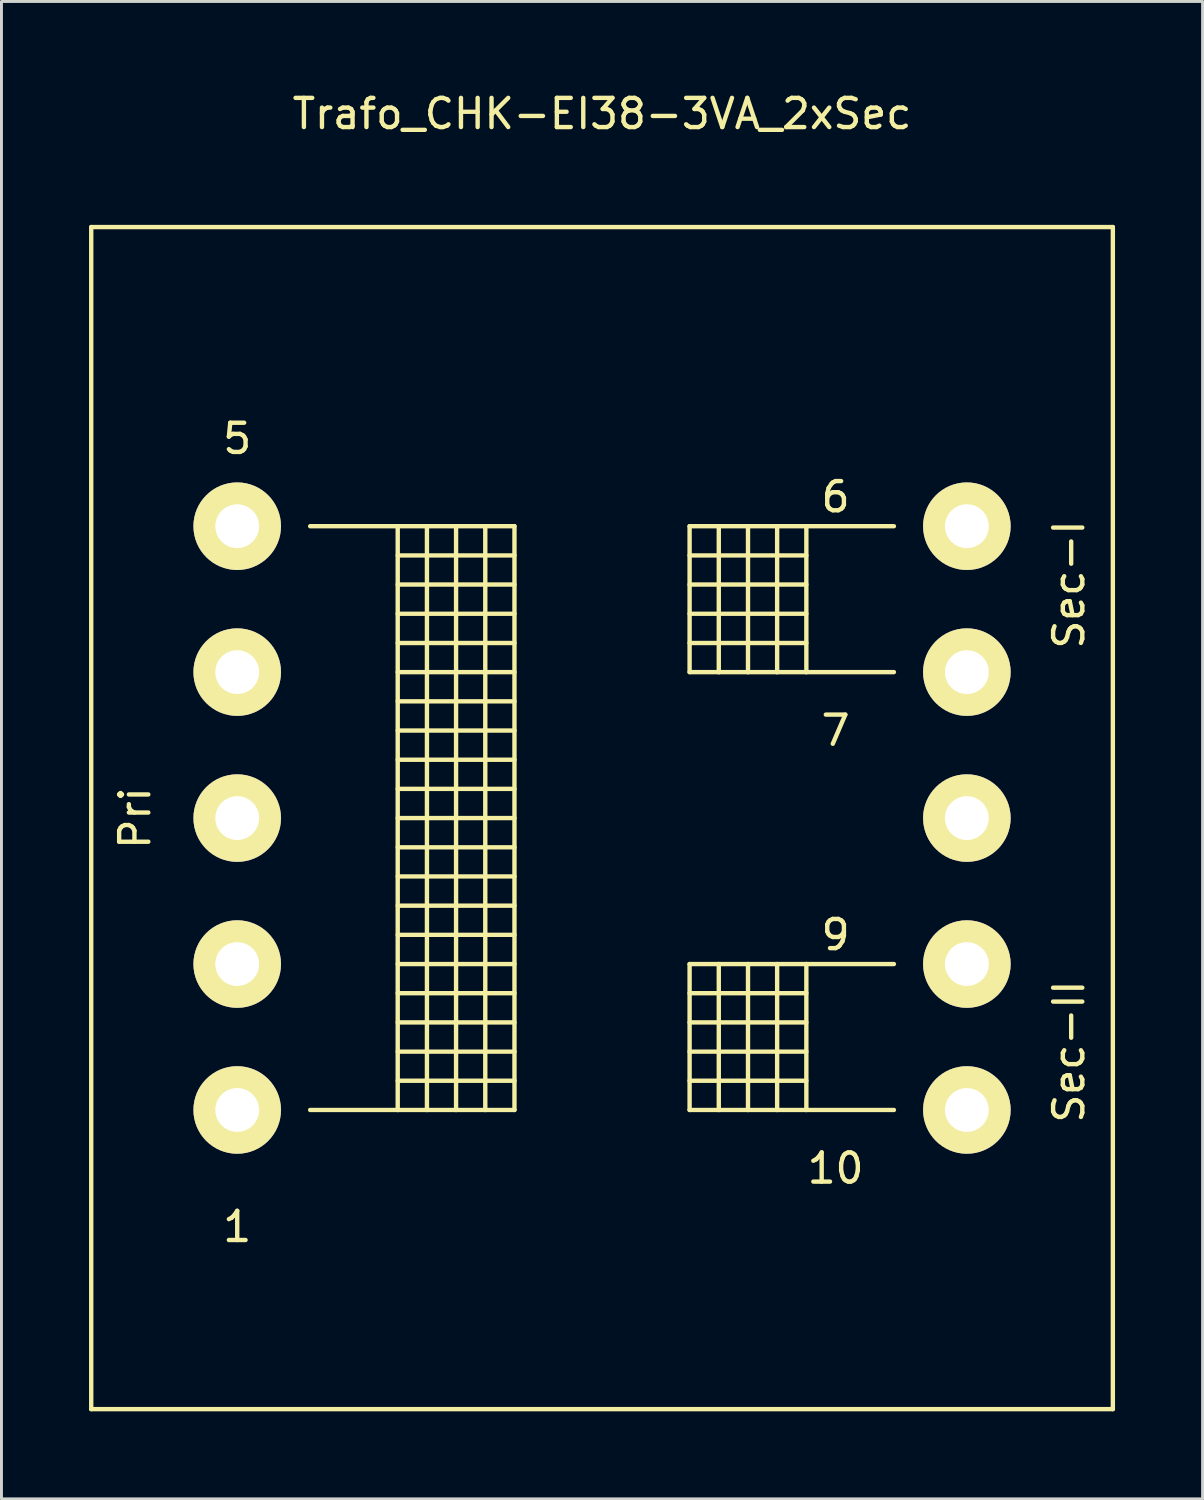
<source format=kicad_pcb>
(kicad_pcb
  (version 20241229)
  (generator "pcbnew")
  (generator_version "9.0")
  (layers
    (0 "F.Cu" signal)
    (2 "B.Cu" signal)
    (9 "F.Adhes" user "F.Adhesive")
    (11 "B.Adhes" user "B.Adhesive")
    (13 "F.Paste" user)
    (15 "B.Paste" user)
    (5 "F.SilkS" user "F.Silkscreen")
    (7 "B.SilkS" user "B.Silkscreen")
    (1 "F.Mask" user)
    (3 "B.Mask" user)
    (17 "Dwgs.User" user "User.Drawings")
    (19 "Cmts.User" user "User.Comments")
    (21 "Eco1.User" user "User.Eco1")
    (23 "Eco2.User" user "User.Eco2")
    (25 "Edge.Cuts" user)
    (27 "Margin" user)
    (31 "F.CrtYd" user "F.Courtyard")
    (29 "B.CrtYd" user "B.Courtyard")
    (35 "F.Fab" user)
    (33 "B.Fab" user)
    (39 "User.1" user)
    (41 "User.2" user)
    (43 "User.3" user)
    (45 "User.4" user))
  (footprint "Trafo_CHK-EI38-3VA_2xSec"
    (layer "F.Cu")
    (at 17.576 24.978)
    (property "Reference" "Trafo_CHK-EI38-3VA_2xSec" (at 0 -24.13 0) (layer "F.SilkS") (effects (font (size 1 1) (thickness 0.15))))
    (attr through_hole)
    (fp_line (start -17.501 -20.249) (end -17.501 20.249) (stroke (width 0.15) (type solid)) (layer "F.SilkS"))
    (fp_line (start -17.501 20.249) (end 17.501 20.249) (stroke (width 0.15) (type solid)) (layer "F.SilkS"))
    (fp_line (start -10 -10) (end -7 -10) (stroke (width 0.15) (type solid)) (layer "F.SilkS"))
    (fp_line (start -7 -10) (end -7 10) (stroke (width 0.15) (type solid)) (layer "F.SilkS"))
    (fp_line (start -7 -10) (end -5.999 -10) (stroke (width 0.15) (type solid)) (layer "F.SilkS"))
    (fp_line (start -7 -8.999) (end -3 -8.999) (stroke (width 0.15) (type solid)) (layer "F.SilkS"))
    (fp_line (start -7 -8.001) (end -3 -8.001) (stroke (width 0.15) (type solid)) (layer "F.SilkS"))
    (fp_line (start -7 -7) (end -3 -7) (stroke (width 0.15) (type solid)) (layer "F.SilkS"))
    (fp_line (start -7 -5.999) (end -3 -5.999) (stroke (width 0.15) (type solid)) (layer "F.SilkS"))
    (fp_line (start -7 -5.001) (end -3 -5.001) (stroke (width 0.15) (type solid)) (layer "F.SilkS"))
    (fp_line (start -7 -4) (end -3 -4) (stroke (width 0.15) (type solid)) (layer "F.SilkS"))
    (fp_line (start -7 -3) (end -3 -3) (stroke (width 0.15) (type solid)) (layer "F.SilkS"))
    (fp_line (start -7 -1.999) (end -3 -1.999) (stroke (width 0.15) (type solid)) (layer "F.SilkS"))
    (fp_line (start -7 -1.001) (end -3 -1.001) (stroke (width 0.15) (type solid)) (layer "F.SilkS"))
    (fp_line (start -7 0) (end -3 0) (stroke (width 0.15) (type solid)) (layer "F.SilkS"))
    (fp_line (start -7 1.001) (end -3 1.001) (stroke (width 0.15) (type solid)) (layer "F.SilkS"))
    (fp_line (start -7 1.999) (end -3 1.999) (stroke (width 0.15) (type solid)) (layer "F.SilkS"))
    (fp_line (start -7 3) (end -3 3) (stroke (width 0.15) (type solid)) (layer "F.SilkS"))
    (fp_line (start -7 4) (end -3 4) (stroke (width 0.15) (type solid)) (layer "F.SilkS"))
    (fp_line (start -7 5.001) (end -3 5.001) (stroke (width 0.15) (type solid)) (layer "F.SilkS"))
    (fp_line (start -7 5.999) (end -3 5.999) (stroke (width 0.15) (type solid)) (layer "F.SilkS"))
    (fp_line (start -7 7) (end -3 7) (stroke (width 0.15) (type solid)) (layer "F.SilkS"))
    (fp_line (start -7 8.001) (end -3 8.001) (stroke (width 0.15) (type solid)) (layer "F.SilkS"))
    (fp_line (start -7 8.999) (end -3 8.999) (stroke (width 0.15) (type solid)) (layer "F.SilkS"))
    (fp_line (start -7 10) (end -10 10) (stroke (width 0.15) (type solid)) (layer "F.SilkS"))
    (fp_line (start -5.999 -10) (end -5.999 10) (stroke (width 0.15) (type solid)) (layer "F.SilkS"))
    (fp_line (start -5.999 -10) (end -5.001 -10) (stroke (width 0.15) (type solid)) (layer "F.SilkS"))
    (fp_line (start -5.999 10) (end -7 10) (stroke (width 0.15) (type solid)) (layer "F.SilkS"))
    (fp_line (start -5.001 -10) (end -5.001 10) (stroke (width 0.15) (type solid)) (layer "F.SilkS"))
    (fp_line (start -5.001 -10) (end -4 -10) (stroke (width 0.15) (type solid)) (layer "F.SilkS"))
    (fp_line (start -5.001 10) (end -5.999 10) (stroke (width 0.15) (type solid)) (layer "F.SilkS"))
    (fp_line (start -4 -10) (end -4 10) (stroke (width 0.15) (type solid)) (layer "F.SilkS"))
    (fp_line (start -4 -10) (end -3 -10) (stroke (width 0.15) (type solid)) (layer "F.SilkS"))
    (fp_line (start -4 10) (end -5.001 10) (stroke (width 0.15) (type solid)) (layer "F.SilkS"))
    (fp_line (start -3 -10) (end -3 10) (stroke (width 0.15) (type solid)) (layer "F.SilkS"))
    (fp_line (start -3 10) (end -4 10) (stroke (width 0.15) (type solid)) (layer "F.SilkS"))
    (fp_line (start 3 -10) (end 3 -5.001) (stroke (width 0.15) (type solid)) (layer "F.SilkS"))
    (fp_line (start 3 -8.999) (end 7 -8.999) (stroke (width 0.15) (type solid)) (layer "F.SilkS"))
    (fp_line (start 3 -7) (end 7 -7) (stroke (width 0.15) (type solid)) (layer "F.SilkS"))
    (fp_line (start 3 -5.001) (end 4 -5.001) (stroke (width 0.15) (type solid)) (layer "F.SilkS"))
    (fp_line (start 3 5.001) (end 3 10) (stroke (width 0.15) (type solid)) (layer "F.SilkS"))
    (fp_line (start 3 5.999) (end 7 5.999) (stroke (width 0.15) (type solid)) (layer "F.SilkS"))
    (fp_line (start 3 7) (end 7 7) (stroke (width 0.15) (type solid)) (layer "F.SilkS"))
    (fp_line (start 3 8.001) (end 7 8.001) (stroke (width 0.15) (type solid)) (layer "F.SilkS"))
    (fp_line (start 3 8.999) (end 7 8.999) (stroke (width 0.15) (type solid)) (layer "F.SilkS"))
    (fp_line (start 3 10) (end 4 10) (stroke (width 0.15) (type solid)) (layer "F.SilkS"))
    (fp_line (start 4 -10) (end 3 -10) (stroke (width 0.15) (type solid)) (layer "F.SilkS"))
    (fp_line (start 4 -10) (end 4 -5.001) (stroke (width 0.15) (type solid)) (layer "F.SilkS"))
    (fp_line (start 4 -5.001) (end 5.001 -5.001) (stroke (width 0.15) (type solid)) (layer "F.SilkS"))
    (fp_line (start 4 5.001) (end 3 5.001) (stroke (width 0.15) (type solid)) (layer "F.SilkS"))
    (fp_line (start 4 5.001) (end 4 10) (stroke (width 0.15) (type solid)) (layer "F.SilkS"))
    (fp_line (start 4 10) (end 5.001 10) (stroke (width 0.15) (type solid)) (layer "F.SilkS"))
    (fp_line (start 5.001 -10) (end 4 -10) (stroke (width 0.15) (type solid)) (layer "F.SilkS"))
    (fp_line (start 5.001 -10) (end 5.001 -5.001) (stroke (width 0.15) (type solid)) (layer "F.SilkS"))
    (fp_line (start 5.001 -5.001) (end 5.999 -5.001) (stroke (width 0.15) (type solid)) (layer "F.SilkS"))
    (fp_line (start 5.001 5.001) (end 4 5.001) (stroke (width 0.15) (type solid)) (layer "F.SilkS"))
    (fp_line (start 5.001 5.001) (end 5.001 10) (stroke (width 0.15) (type solid)) (layer "F.SilkS"))
    (fp_line (start 5.001 10) (end 5.999 10) (stroke (width 0.15) (type solid)) (layer "F.SilkS"))
    (fp_line (start 5.999 -10) (end 5.001 -10) (stroke (width 0.15) (type solid)) (layer "F.SilkS"))
    (fp_line (start 5.999 -10) (end 5.999 -5.001) (stroke (width 0.15) (type solid)) (layer "F.SilkS"))
    (fp_line (start 5.999 -5.001) (end 7 -5.001) (stroke (width 0.15) (type solid)) (layer "F.SilkS"))
    (fp_line (start 5.999 5.001) (end 5.001 5.001) (stroke (width 0.15) (type solid)) (layer "F.SilkS"))
    (fp_line (start 5.999 5.001) (end 5.999 10) (stroke (width 0.15) (type solid)) (layer "F.SilkS"))
    (fp_line (start 5.999 10) (end 7 10) (stroke (width 0.15) (type solid)) (layer "F.SilkS"))
    (fp_line (start 7 -10) (end 5.999 -10) (stroke (width 0.15) (type solid)) (layer "F.SilkS"))
    (fp_line (start 7 -10) (end 7 -5.001) (stroke (width 0.15) (type solid)) (layer "F.SilkS"))
    (fp_line (start 7 -8.001) (end 3 -8.001) (stroke (width 0.15) (type solid)) (layer "F.SilkS"))
    (fp_line (start 7 -5.999) (end 3 -5.999) (stroke (width 0.15) (type solid)) (layer "F.SilkS"))
    (fp_line (start 7 -5.001) (end 10 -5.001) (stroke (width 0.15) (type solid)) (layer "F.SilkS"))
    (fp_line (start 7 5.001) (end 5.999 5.001) (stroke (width 0.15) (type solid)) (layer "F.SilkS"))
    (fp_line (start 7 5.001) (end 7 10) (stroke (width 0.15) (type solid)) (layer "F.SilkS"))
    (fp_line (start 7 10) (end 10 10) (stroke (width 0.15) (type solid)) (layer "F.SilkS"))
    (fp_line (start 10 -10) (end 7 -10) (stroke (width 0.15) (type solid)) (layer "F.SilkS"))
    (fp_line (start 10 5.001) (end 7 5.001) (stroke (width 0.15) (type solid)) (layer "F.SilkS"))
    (fp_line (start 17.501 -20.249) (end -17.501 -20.249) (stroke (width 0.15) (type solid)) (layer "F.SilkS"))
    (fp_line (start 17.501 20.249) (end 17.501 -20.249) (stroke (width 0.15) (type solid)) (layer "F.SilkS"))
    (fp_text user "7" (at 8.001 -3 0) (layer "F.SilkS") (effects (font (size 1 1) (thickness 0.15))))
    (fp_text user "Sec-II" (at 15.999 8.001 90) (layer "F.SilkS") (effects (font (size 1 1) (thickness 0.15))))
    (fp_text user "5" (at -12.499 -13 0) (layer "F.SilkS") (effects (font (size 1 1) (thickness 0.15))))
    (fp_text user "Pri" (at -15.999 0 90) (layer "F.SilkS") (effects (font (size 1 1) (thickness 0.15))))
    (fp_text user "Sec-I" (at 15.999 -8.001 90) (layer "F.SilkS") (effects (font (size 1 1) (thickness 0.15))))
    (fp_text user "10" (at 8.001 11.999 0) (layer "F.SilkS") (effects (font (size 1 1) (thickness 0.15))))
    (fp_text user "9" (at 8.001 4 0) (layer "F.SilkS") (effects (font (size 1 1) (thickness 0.15))))
    (fp_text user "1" (at -12.499 14 0) (layer "F.SilkS") (effects (font (size 1 1) (thickness 0.15))))
    (fp_text user "6" (at 8.001 -11.001 0) (layer "F.SilkS") (effects (font (size 1 1) (thickness 0.15))))
    (pad "1" thru_hole circle (at -12.499 10) (size 3 3) (drill 1.501) (layers "*.Cu" "*.Mask" "F.SilkS"))
    (pad "2" thru_hole circle (at -12.499 5.001) (size 3 3) (drill 1.501) (layers "*.Cu" "*.Mask" "F.SilkS"))
    (pad "3" thru_hole circle (at -12.499 0) (size 3 3) (drill 1.501) (layers "*.Cu" "*.Mask" "F.SilkS"))
    (pad "4" thru_hole circle (at -12.499 -5.001) (size 3 3) (drill 1.501) (layers "*.Cu" "*.Mask" "F.SilkS"))
    (pad "5" thru_hole circle (at -12.499 -10) (size 3 3) (drill 1.501) (layers "*.Cu" "*.Mask" "F.SilkS"))
    (pad "6" thru_hole circle (at 12.499 -10) (size 3 3) (drill 1.501) (layers "*.Cu" "*.Mask" "F.SilkS"))
    (pad "7" thru_hole circle (at 12.499 -5.001) (size 3 3) (drill 1.501) (layers "*.Cu" "*.Mask" "F.SilkS"))
    (pad "8" thru_hole circle (at 12.499 0) (size 3 3) (drill 1.501) (layers "*.Cu" "*.Mask" "F.SilkS"))
    (pad "9" thru_hole circle (at 12.499 5.001) (size 3 3) (drill 1.501) (layers "*.Cu" "*.Mask" "F.SilkS"))
    (pad "10" thru_hole circle (at 12.499 10) (size 3 3) (drill 1.501) (layers "*.Cu" "*.Mask" "F.SilkS")))
  (gr_rect
    (start -3 -3)
    (end 38.151 48.302)
    (stroke (width 0.1) (type default))
    (fill no)
    (layer "Edge.Cuts")))
</source>
